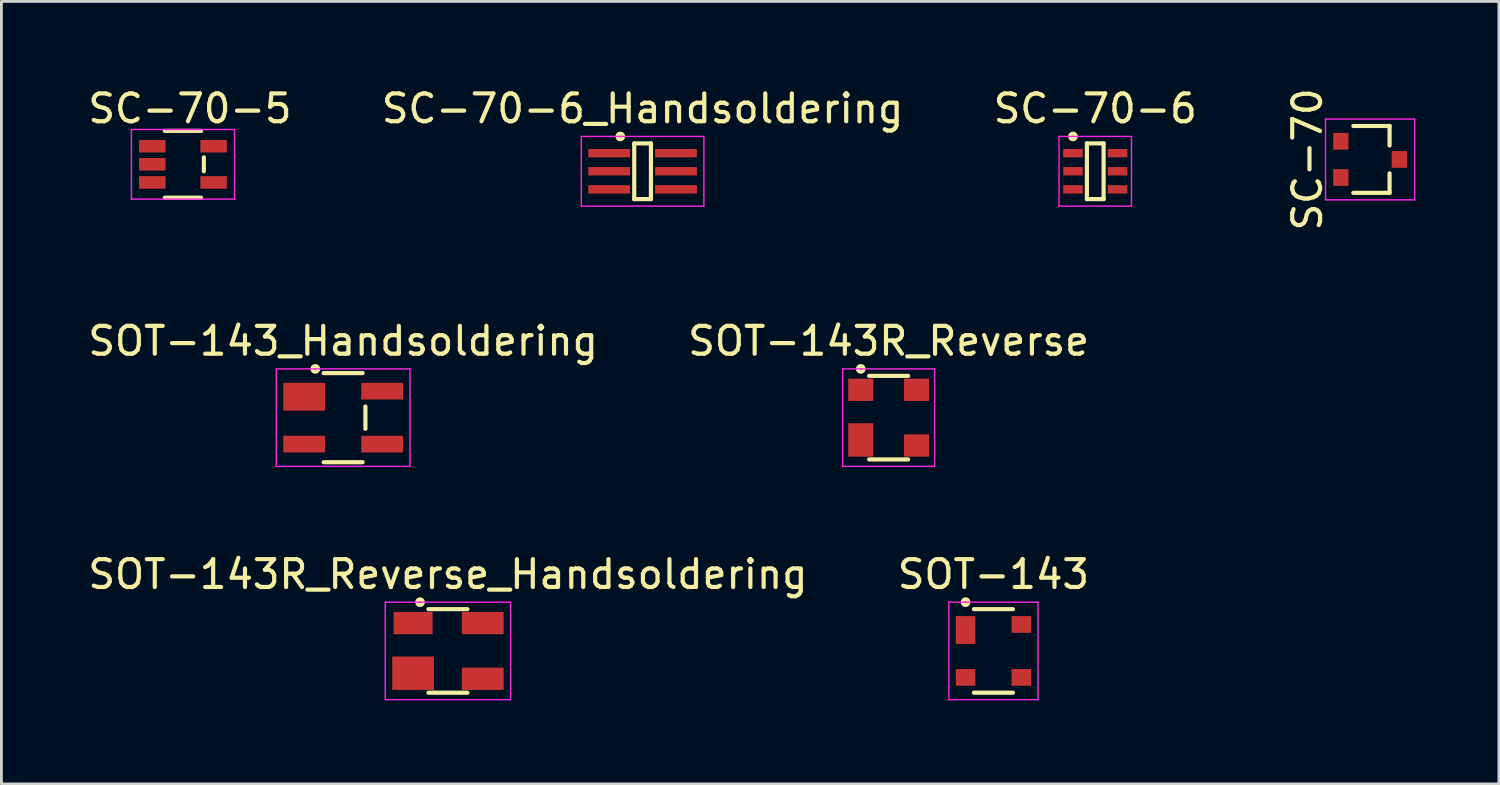
<source format=kicad_pcb>
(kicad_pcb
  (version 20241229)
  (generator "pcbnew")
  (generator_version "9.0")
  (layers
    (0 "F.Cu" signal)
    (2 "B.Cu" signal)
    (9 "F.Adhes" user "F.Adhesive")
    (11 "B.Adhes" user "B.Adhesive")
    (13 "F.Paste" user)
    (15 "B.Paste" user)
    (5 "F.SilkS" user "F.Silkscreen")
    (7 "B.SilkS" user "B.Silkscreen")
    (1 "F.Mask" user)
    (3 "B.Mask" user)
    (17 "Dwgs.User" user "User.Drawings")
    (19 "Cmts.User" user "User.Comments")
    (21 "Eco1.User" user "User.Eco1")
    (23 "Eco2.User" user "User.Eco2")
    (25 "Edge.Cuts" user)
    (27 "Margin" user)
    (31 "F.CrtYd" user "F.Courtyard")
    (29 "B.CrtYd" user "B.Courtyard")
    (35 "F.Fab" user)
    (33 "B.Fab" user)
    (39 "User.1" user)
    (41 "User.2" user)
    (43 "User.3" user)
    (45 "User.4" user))
  (footprint "SOT-143"
    (layer "F.Cu")
    (at 32.613 20.317)
    (property "Reference" "SOT-143" (at 0 -2.75 0) (layer "F.SilkS") (effects (font (size 1 1) (thickness 0.15))))
    (attr smd)
    (fp_line (start -0.7 -1.5) (end 0.7 -1.5) (stroke (width 0.15) (type solid)) (layer "F.SilkS"))
    (fp_line (start -0.7 1.5) (end 0.7 1.5) (stroke (width 0.15) (type solid)) (layer "F.SilkS"))
    (fp_circle (center -1 -1.75) (end -1.1 -1.75) (stroke (width 0.15) (type solid)) (fill no) (layer "F.SilkS"))
    (fp_line (start -1.6 -1.75) (end -1.6 1.75) (stroke (width 0.05) (type solid)) (layer "F.CrtYd"))
    (fp_line (start -1.6 -1.75) (end 1.6 -1.75) (stroke (width 0.05) (type solid)) (layer "F.CrtYd"))
    (fp_line (start -1.6 1.75) (end 1.6 1.75) (stroke (width 0.05) (type solid)) (layer "F.CrtYd"))
    (fp_line (start 1.6 -1.75) (end 1.6 1.75) (stroke (width 0.05) (type solid)) (layer "F.CrtYd"))
    (pad "1" smd rect (at -1 -0.75) (size 0.7 1) (layers "F.Cu" "F.Mask" "F.Paste"))
    (pad "2" smd rect (at -1 0.95) (size 0.7 0.6) (layers "F.Cu" "F.Mask" "F.Paste"))
    (pad "3" smd rect (at 1 -0.95) (size 0.7 0.6) (layers "F.Cu" "F.Mask" "F.Paste"))
    (pad "4" smd rect (at 1 0.95) (size 0.7 0.6) (layers "F.Cu" "F.Mask" "F.Paste")))
  (footprint "SC-70-6"
    (layer "F.Cu")
    (at 36.268 3.098)
    (property "Reference" "SC-70-6" (at 0 -2.25 0) (layer "F.SilkS") (effects (font (size 1 1) (thickness 0.15))))
    (attr smd)
    (fp_line (start -0.3 -1) (end 0.3 -1) (stroke (width 0.15) (type solid)) (layer "F.SilkS"))
    (fp_line (start -0.3 1) (end -0.3 -1) (stroke (width 0.15) (type solid)) (layer "F.SilkS"))
    (fp_line (start -0.3 1) (end 0.3 1) (stroke (width 0.15) (type solid)) (layer "F.SilkS"))
    (fp_line (start 0.3 1) (end 0.3 -1) (stroke (width 0.15) (type solid)) (layer "F.SilkS"))
    (fp_circle (center -0.8 -1.25) (end -0.9 -1.25) (stroke (width 0.15) (type solid)) (fill no) (layer "F.SilkS"))
    (fp_line (start -1.3 -1.25) (end -1.3 1.25) (stroke (width 0.05) (type solid)) (layer "F.CrtYd"))
    (fp_line (start -1.3 -1.25) (end 1.3 -1.25) (stroke (width 0.05) (type solid)) (layer "F.CrtYd"))
    (fp_line (start -1.3 1.25) (end 1.3 1.25) (stroke (width 0.05) (type solid)) (layer "F.CrtYd"))
    (fp_line (start 1.3 -1.25) (end 1.3 1.25) (stroke (width 0.05) (type solid)) (layer "F.CrtYd"))
    (pad "1" smd rect (at -0.8 -0.65) (size 0.7 0.3) (layers "F.Cu" "F.Mask" "F.Paste"))
    (pad "2" smd rect (at -0.8 0) (size 0.7 0.3) (layers "F.Cu" "F.Mask" "F.Paste"))
    (pad "3" smd rect (at -0.8 0.65) (size 0.7 0.3) (layers "F.Cu" "F.Mask" "F.Paste"))
    (pad "4" smd rect (at 0.8 0.65) (size 0.7 0.3) (layers "F.Cu" "F.Mask" "F.Paste"))
    (pad "5" smd rect (at 0.8 0) (size 0.7 0.3) (layers "F.Cu" "F.Mask" "F.Paste"))
    (pad "6" smd rect (at 0.8 -0.65) (size 0.7 0.3) (layers "F.Cu" "F.Mask" "F.Paste")))
  (footprint "SOT-143R_Reverse"
    (layer "F.Cu")
    (at 28.851 11.943)
    (property "Reference" "SOT-143R_Reverse" (at 0 -2.75 0) (layer "F.SilkS") (effects (font (size 1 1) (thickness 0.15))))
    (attr smd)
    (fp_line (start -0.7 -1.5) (end 0.7 -1.5) (stroke (width 0.15) (type solid)) (layer "F.SilkS"))
    (fp_line (start -0.7 1.5) (end 0.7 1.5) (stroke (width 0.15) (type solid)) (layer "F.SilkS"))
    (fp_circle (center -1 -1.75) (end -1.1 -1.75) (stroke (width 0.15) (type solid)) (fill no) (layer "F.SilkS"))
    (fp_line (start -1.65 -1.75) (end -1.65 1.75) (stroke (width 0.05) (type solid)) (layer "F.CrtYd"))
    (fp_line (start -1.65 -1.75) (end 1.65 -1.75) (stroke (width 0.05) (type solid)) (layer "F.CrtYd"))
    (fp_line (start -1.65 1.75) (end 1.65 1.75) (stroke (width 0.05) (type solid)) (layer "F.CrtYd"))
    (fp_line (start 1.65 -1.75) (end 1.65 1.75) (stroke (width 0.05) (type solid)) (layer "F.CrtYd"))
    (pad "1" smd rect (at -1 -1) (size 0.9 0.8) (layers "F.Cu" "F.Mask" "F.Paste"))
    (pad "2" smd rect (at -1 0.8) (size 0.9 1.2) (layers "F.Cu" "F.Mask" "F.Paste"))
    (pad "3" smd rect (at 1 -1) (size 0.9 0.8) (layers "F.Cu" "F.Mask" "F.Paste"))
    (pad "4" smd rect (at 1 1) (size 0.9 0.8) (layers "F.Cu" "F.Mask" "F.Paste")))
  (footprint "SC-70-6_Handsoldering"
    (layer "F.Cu")
    (at 20.018 3.098)
    (property "Reference" "SC-70-6_Handsoldering" (at 0 -2.25 0) (layer "F.SilkS") (effects (font (size 1 1) (thickness 0.15))))
    (attr smd)
    (fp_line (start -0.3 -1) (end 0.3 -1) (stroke (width 0.15) (type solid)) (layer "F.SilkS"))
    (fp_line (start -0.3 1) (end -0.3 -1) (stroke (width 0.15) (type solid)) (layer "F.SilkS"))
    (fp_line (start -0.3 1) (end 0.3 1) (stroke (width 0.15) (type solid)) (layer "F.SilkS"))
    (fp_line (start 0.3 1) (end 0.3 -1) (stroke (width 0.15) (type solid)) (layer "F.SilkS"))
    (fp_circle (center -0.8 -1.25) (end -0.9 -1.25) (stroke (width 0.15) (type solid)) (fill no) (layer "F.SilkS"))
    (fp_line (start -2.2 -1.25) (end -2.2 1.25) (stroke (width 0.05) (type solid)) (layer "F.CrtYd"))
    (fp_line (start -2.2 -1.25) (end 2.2 -1.25) (stroke (width 0.05) (type solid)) (layer "F.CrtYd"))
    (fp_line (start -2.2 1.25) (end 2.2 1.25) (stroke (width 0.05) (type solid)) (layer "F.CrtYd"))
    (fp_line (start 2.2 -1.25) (end 2.2 1.25) (stroke (width 0.05) (type solid)) (layer "F.CrtYd"))
    (pad "1" smd rect (at -1.2 -0.65) (size 1.5 0.3) (layers "F.Cu" "F.Mask" "F.Paste"))
    (pad "2" smd rect (at -1.2 0) (size 1.5 0.3) (layers "F.Cu" "F.Mask" "F.Paste"))
    (pad "3" smd rect (at -1.2 0.65) (size 1.5 0.3) (layers "F.Cu" "F.Mask" "F.Paste"))
    (pad "4" smd rect (at 1.2 0.65) (size 1.5 0.3) (layers "F.Cu" "F.Mask" "F.Paste"))
    (pad "5" smd rect (at 1.2 0) (size 1.5 0.3) (layers "F.Cu" "F.Mask" "F.Paste"))
    (pad "6" smd rect (at 1.2 -0.65) (size 1.5 0.3) (layers "F.Cu" "F.Mask" "F.Paste")))
  (footprint "SOT-143R_Reverse_Handsoldering"
    (layer "F.Cu")
    (at 13.03 20.317)
    (property "Reference" "SOT-143R_Reverse_Handsoldering" (at 0 -2.75 0) (layer "F.SilkS") (effects (font (size 1 1) (thickness 0.15))))
    (attr smd)
    (fp_line (start -0.7 -1.5) (end 0.7 -1.5) (stroke (width 0.15) (type solid)) (layer "F.SilkS"))
    (fp_line (start -0.7 1.5) (end 0.7 1.5) (stroke (width 0.15) (type solid)) (layer "F.SilkS"))
    (fp_circle (center -1 -1.75) (end -1.1 -1.75) (stroke (width 0.15) (type solid)) (fill no) (layer "F.SilkS"))
    (fp_line (start -2.25 -1.75) (end -2.25 1.75) (stroke (width 0.05) (type solid)) (layer "F.CrtYd"))
    (fp_line (start -2.25 -1.75) (end 2.25 -1.75) (stroke (width 0.05) (type solid)) (layer "F.CrtYd"))
    (fp_line (start -2.25 1.75) (end 2.25 1.75) (stroke (width 0.05) (type solid)) (layer "F.CrtYd"))
    (fp_line (start 2.25 -1.75) (end 2.25 1.75) (stroke (width 0.05) (type solid)) (layer "F.CrtYd"))
    (pad "1" smd rect (at -1.25 -1) (size 1.4 0.8) (layers "F.Cu" "F.Mask" "F.Paste"))
    (pad "2" smd rect (at -1.25 0.8) (size 1.5 1.2) (layers "F.Cu" "F.Mask" "F.Paste"))
    (pad "3" smd rect (at 1.25 -1) (size 1.5 0.8) (layers "F.Cu" "F.Mask" "F.Paste"))
    (pad "4" smd rect (at 1.25 1) (size 1.5 0.8) (layers "F.Cu" "F.Mask" "F.Paste")))
  (footprint "SC-70-5"
    (layer "F.Cu")
    (at 3.518 2.848)
    (property "Reference" "SC-70-5" (at 0.25 -2 0) (layer "F.SilkS") (effects (font (size 1 1) (thickness 0.15))))
    (attr smd)
    (fp_line (start -0.65 -1.2) (end 0.65 -1.2) (stroke (width 0.15) (type solid)) (layer "F.SilkS"))
    (fp_line (start -0.65 1.2) (end 0.65 1.2) (stroke (width 0.15) (type solid)) (layer "F.SilkS"))
    (fp_line (start 0.75 0.25) (end 0.75 -0.25) (stroke (width 0.15) (type solid)) (layer "F.SilkS"))
    (fp_line (start -1.85 -1.25) (end -1.85 1.25) (stroke (width 0.05) (type solid)) (layer "F.CrtYd"))
    (fp_line (start -1.85 -1.25) (end 1.85 -1.25) (stroke (width 0.05) (type solid)) (layer "F.CrtYd"))
    (fp_line (start -1.85 1.25) (end 1.85 1.25) (stroke (width 0.05) (type solid)) (layer "F.CrtYd"))
    (fp_line (start 1.85 -1.25) (end 1.85 1.25) (stroke (width 0.05) (type solid)) (layer "F.CrtYd"))
    (pad "1" smd rect (at -1.1 -0.65) (size 0.95 0.45) (layers "F.Cu" "F.Mask" "F.Paste"))
    (pad "2" smd rect (at -1.1 0) (size 0.95 0.45) (layers "F.Cu" "F.Mask" "F.Paste"))
    (pad "3" smd rect (at -1.1 0.65) (size 0.95 0.45) (layers "F.Cu" "F.Mask" "F.Paste"))
    (pad "4" smd rect (at 1.1 0.65) (size 0.95 0.45) (layers "F.Cu" "F.Mask" "F.Paste"))
    (pad "5" smd rect (at 1.1 -0.65) (size 0.95 0.45) (layers "F.Cu" "F.Mask" "F.Paste")))
  (footprint "SOT-143_Handsoldering"
    (layer "F.Cu")
    (at 9.268 11.943)
    (property "Reference" "SOT-143_Handsoldering" (at 0 -2.75 0) (layer "F.SilkS") (effects (font (size 1 1) (thickness 0.15))))
    (attr smd)
    (fp_line (start -0.7 -1.6) (end 0.7 -1.6) (stroke (width 0.15) (type solid)) (layer "F.SilkS"))
    (fp_line (start -0.7 1.6) (end 0.7 1.6) (stroke (width 0.15) (type solid)) (layer "F.SilkS"))
    (fp_line (start 0.8 -0.4) (end 0.8 0.4) (stroke (width 0.15) (type solid)) (layer "F.SilkS"))
    (fp_circle (center -1 -1.75) (end -1.1 -1.75) (stroke (width 0.15) (type solid)) (fill no) (layer "F.SilkS"))
    (fp_line (start -2.4 -1.75) (end -2.4 1.75) (stroke (width 0.05) (type solid)) (layer "F.CrtYd"))
    (fp_line (start -2.4 -1.75) (end 2.4 -1.75) (stroke (width 0.05) (type solid)) (layer "F.CrtYd"))
    (fp_line (start -2.4 1.75) (end 2.4 1.75) (stroke (width 0.05) (type solid)) (layer "F.CrtYd"))
    (fp_line (start 2.4 -1.75) (end 2.4 1.75) (stroke (width 0.05) (type solid)) (layer "F.CrtYd"))
    (pad "1" smd rect (at -1.4 -0.75) (size 1.5 1) (layers "F.Cu" "F.Mask" "F.Paste"))
    (pad "2" smd rect (at -1.4 0.95) (size 1.5 0.6) (layers "F.Cu" "F.Mask" "F.Paste"))
    (pad "3" smd rect (at 1.4 -0.95) (size 1.5 0.6) (layers "F.Cu" "F.Mask" "F.Paste"))
    (pad "4" smd rect (at 1.4 0.95) (size 1.5 0.6) (layers "F.Cu" "F.Mask" "F.Paste")))
  (footprint "SC-70"
    (layer "F.Cu")
    (at 46.134 2.673)
    (property "Reference" "SC-70" (at -2.25 0 90) (layer "F.SilkS") (effects (font (size 1 1) (thickness 0.15))))
    (attr through_hole)
    (fp_line (start -0.6 -1.2) (end 0.7 -1.2) (stroke (width 0.15) (type solid)) (layer "F.SilkS"))
    (fp_line (start -0.6 1.2) (end 0.7 1.2) (stroke (width 0.15) (type solid)) (layer "F.SilkS"))
    (fp_line (start 0.7 -1.2) (end 0.7 -0.5) (stroke (width 0.15) (type solid)) (layer "F.SilkS"))
    (fp_line (start 0.7 1.2) (end 0.7 0.5) (stroke (width 0.15) (type solid)) (layer "F.SilkS"))
    (fp_line (start -1.6 -1.45) (end -1.6 1.45) (stroke (width 0.05) (type solid)) (layer "F.CrtYd"))
    (fp_line (start -1.6 -1.45) (end 1.6 -1.45) (stroke (width 0.05) (type solid)) (layer "F.CrtYd"))
    (fp_line (start -1.6 1.45) (end 1.6 1.45) (stroke (width 0.05) (type solid)) (layer "F.CrtYd"))
    (fp_line (start 1.6 -1.45) (end 1.6 1.45) (stroke (width 0.05) (type solid)) (layer "F.CrtYd"))
    (pad "1" smd rect (at -1.05 -0.65) (size 0.55 0.6) (layers "F.Cu" "F.Mask" "F.Paste"))
    (pad "2" smd rect (at -1.05 0.65) (size 0.55 0.6) (layers "F.Cu" "F.Mask" "F.Paste"))
    (pad "3" smd rect (at 1.05 0) (size 0.55 0.6) (layers "F.Cu" "F.Mask" "F.Paste")))
  (gr_rect
    (start -3 -3)
    (end 50.759 25.092)
    (stroke (width 0.1) (type default))
    (fill no)
    (layer "Edge.Cuts")))
</source>
